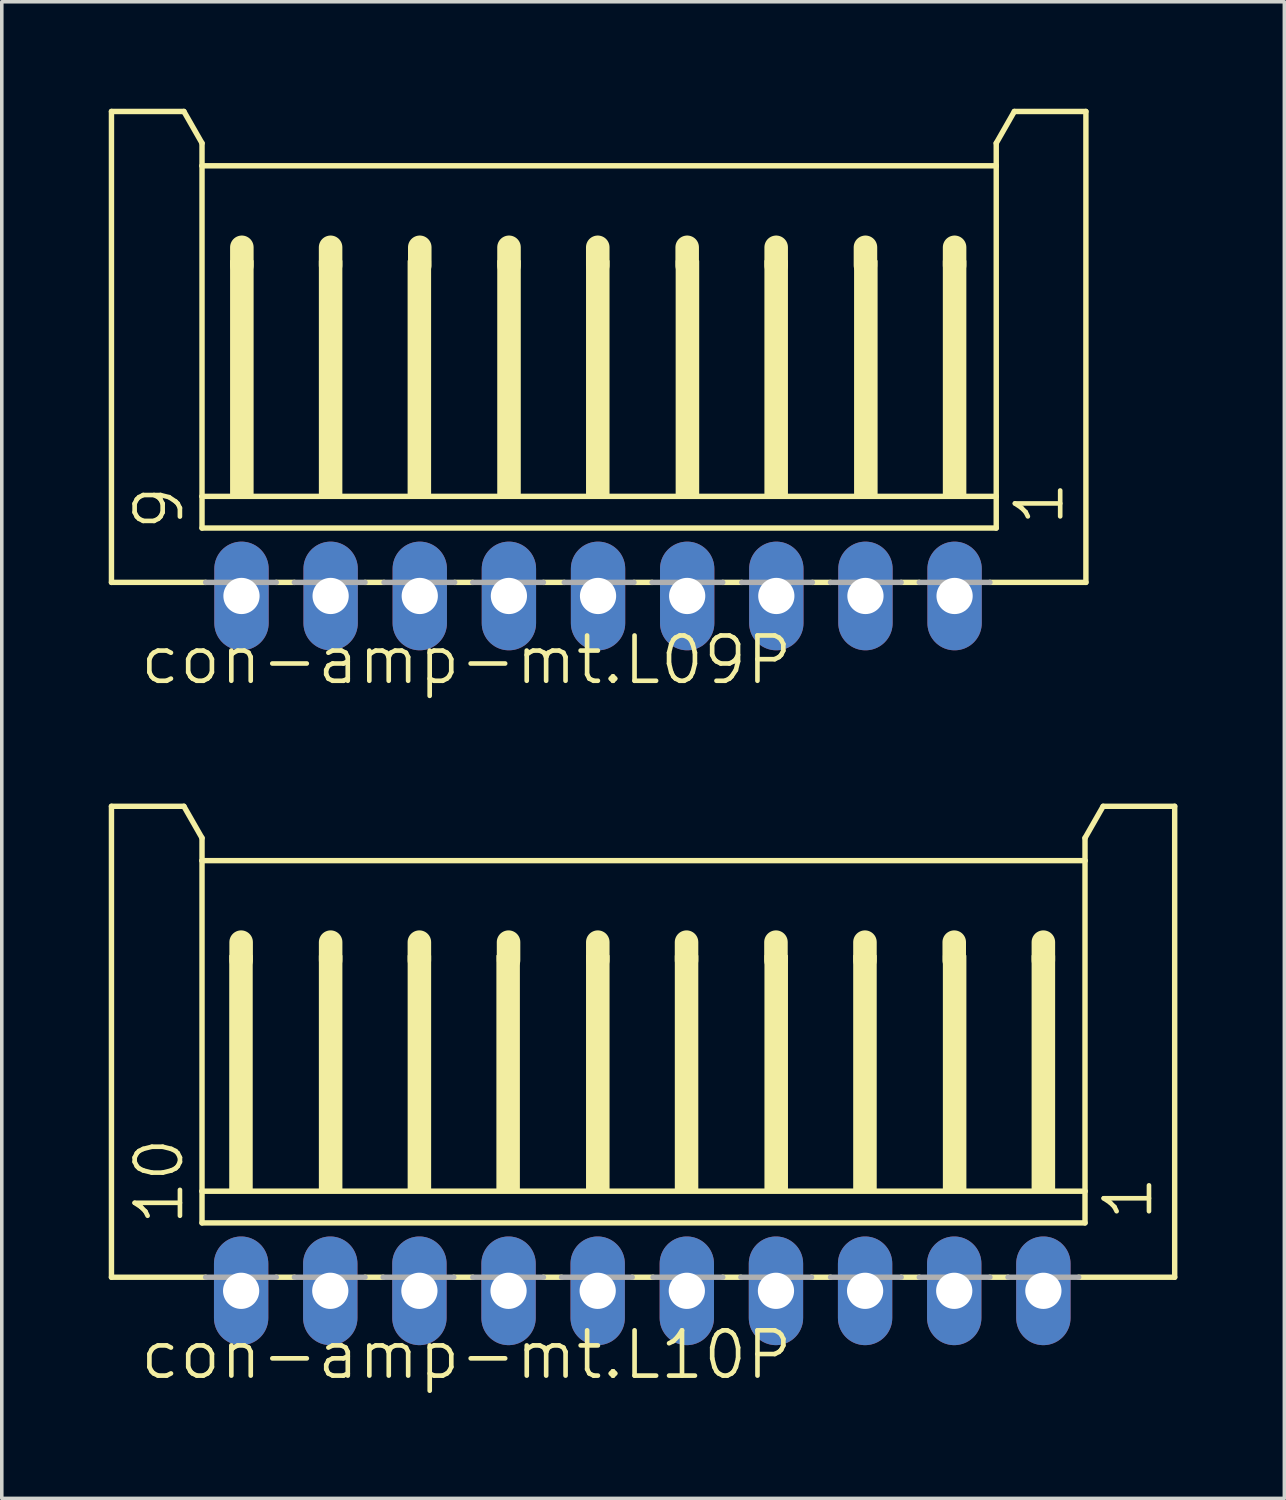
<source format=kicad_pcb>
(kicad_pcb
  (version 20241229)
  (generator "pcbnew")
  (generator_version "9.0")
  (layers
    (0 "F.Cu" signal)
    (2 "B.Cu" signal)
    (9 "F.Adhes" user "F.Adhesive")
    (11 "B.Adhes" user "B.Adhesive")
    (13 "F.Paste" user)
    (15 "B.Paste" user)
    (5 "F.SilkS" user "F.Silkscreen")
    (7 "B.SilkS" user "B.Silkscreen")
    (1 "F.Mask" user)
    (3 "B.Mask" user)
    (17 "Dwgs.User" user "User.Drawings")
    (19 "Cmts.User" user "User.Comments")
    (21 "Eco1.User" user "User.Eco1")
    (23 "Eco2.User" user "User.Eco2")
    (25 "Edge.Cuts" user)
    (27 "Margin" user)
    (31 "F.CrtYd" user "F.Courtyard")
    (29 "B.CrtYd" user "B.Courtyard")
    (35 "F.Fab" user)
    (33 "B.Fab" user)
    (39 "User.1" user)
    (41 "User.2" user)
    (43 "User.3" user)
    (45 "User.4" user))
  (footprint "con-amp-mt.L09P"
    (layer "F.Cu")
    (at 13.723 7.415)
    (property "Reference" "con-amp-mt.L09P" (at -12.911 8.79 0) (layer "F.SilkS") (effects (font (size 1.27 1.27) (thickness 0.13)) (justify left bottom)))
    (attr through_hole)
    (fp_line (start -13.647 -7.339) (end -11.615 -7.339) (stroke (width 0.152) (type default)) (layer "F.SilkS"))
    (fp_line (start -13.647 5.869) (end -13.647 -7.339) (stroke (width 0.152) (type default)) (layer "F.SilkS"))
    (fp_line (start -11.615 -7.339) (end -11.107 -6.45) (stroke (width 0.152) (type default)) (layer "F.SilkS"))
    (fp_line (start -11.107 -6.45) (end -11.107 -5.815) (stroke (width 0.152) (type default)) (layer "F.SilkS"))
    (fp_line (start -11.107 -5.815) (end -11.107 3.456) (stroke (width 0.152) (type default)) (layer "F.SilkS"))
    (fp_line (start -11.107 3.456) (end -11.107 4.345) (stroke (width 0.152) (type default)) (layer "F.SilkS"))
    (fp_line (start -11.006 5.869) (end -13.647 5.869) (stroke (width 0.152) (type default)) (layer "F.SilkS"))
    (fp_line (start -9.99 -3.529) (end -9.99 -3.021) (stroke (width 0.66) (type default)) (layer "F.SilkS"))
    (fp_line (start -8.517 5.869) (end -9.025 5.869) (stroke (width 0.152) (type default)) (layer "F.SilkS"))
    (fp_line (start -7.501 -3.529) (end -7.501 -3.021) (stroke (width 0.66) (type default)) (layer "F.SilkS"))
    (fp_line (start -6.002 5.869) (end -6.535 5.869) (stroke (width 0.152) (type default)) (layer "F.SilkS"))
    (fp_line (start -5 -3.529) (end -5 -3.021) (stroke (width 0.66) (type default)) (layer "F.SilkS"))
    (fp_line (start -3.513 5.869) (end -4.021 5.869) (stroke (width 0.152) (type default)) (layer "F.SilkS"))
    (fp_line (start -2.497 -3.529) (end -2.497 -3.021) (stroke (width 0.66) (type default)) (layer "F.SilkS"))
    (fp_line (start -0.947 5.869) (end -1.532 5.869) (stroke (width 0.152) (type default)) (layer "F.SilkS"))
    (fp_line (start -0.008 -3.529) (end -0.008 -3.021) (stroke (width 0.66) (type default)) (layer "F.SilkS"))
    (fp_line (start 1.516 5.869) (end 1.008 5.869) (stroke (width 0.152) (type default)) (layer "F.SilkS"))
    (fp_line (start 2.5 -3.529) (end 2.5 -3.021) (stroke (width 0.66) (type default)) (layer "F.SilkS"))
    (fp_line (start 4.031 5.869) (end 3.498 5.869) (stroke (width 0.152) (type default)) (layer "F.SilkS"))
    (fp_line (start 4.996 -3.529) (end 4.996 -3.021) (stroke (width 0.66) (type default)) (layer "F.SilkS"))
    (fp_line (start 6.52 5.869) (end 6.012 5.869) (stroke (width 0.152) (type default)) (layer "F.SilkS"))
    (fp_line (start 7.5 -3.529) (end 7.5 -3.021) (stroke (width 0.66) (type default)) (layer "F.SilkS"))
    (fp_line (start 9.009 5.869) (end 8.501 5.869) (stroke (width 0.152) (type default)) (layer "F.SilkS"))
    (fp_line (start 10 -3.529) (end 10 -3.021) (stroke (width 0.66) (type default)) (layer "F.SilkS"))
    (fp_line (start 11.168 -6.45) (end 11.168 -5.815) (stroke (width 0.152) (type default)) (layer "F.SilkS"))
    (fp_line (start 11.168 -6.45) (end 11.676 -7.339) (stroke (width 0.152) (type default)) (layer "F.SilkS"))
    (fp_line (start 11.168 -5.815) (end -11.107 -5.815) (stroke (width 0.152) (type default)) (layer "F.SilkS"))
    (fp_line (start 11.168 -5.815) (end 11.168 3.456) (stroke (width 0.152) (type default)) (layer "F.SilkS"))
    (fp_line (start 11.168 3.456) (end -11.107 3.456) (stroke (width 0.152) (type default)) (layer "F.SilkS"))
    (fp_line (start 11.168 3.456) (end 11.168 4.345) (stroke (width 0.152) (type default)) (layer "F.SilkS"))
    (fp_line (start 11.168 4.345) (end -11.107 4.345) (stroke (width 0.152) (type default)) (layer "F.SilkS"))
    (fp_line (start 13.683 -7.339) (end 11.676 -7.339) (stroke (width 0.152) (type default)) (layer "F.SilkS"))
    (fp_line (start 13.683 5.869) (end 10.991 5.869) (stroke (width 0.152) (type default)) (layer "F.SilkS"))
    (fp_line (start 13.683 5.869) (end 13.683 -7.339) (stroke (width 0.152) (type default)) (layer "F.SilkS"))
    (fp_rect (start -10.295 3.456) (end -9.685 -3.148) (stroke (width 0.05) (type default)) (fill yes) (layer "F.SilkS"))
    (fp_rect (start -7.805 3.456) (end -7.196 -3.148) (stroke (width 0.05) (type default)) (fill yes) (layer "F.SilkS"))
    (fp_rect (start -5.316 3.456) (end -4.707 -3.148) (stroke (width 0.05) (type default)) (fill yes) (layer "F.SilkS"))
    (fp_rect (start -2.802 3.456) (end -2.192 -3.148) (stroke (width 0.05) (type default)) (fill yes) (layer "F.SilkS"))
    (fp_rect (start -0.312 3.456) (end 0.297 -3.148) (stroke (width 0.05) (type default)) (fill yes) (layer "F.SilkS"))
    (fp_rect (start 2.202 3.456) (end 2.812 -3.148) (stroke (width 0.05) (type default)) (fill yes) (layer "F.SilkS"))
    (fp_rect (start 4.691 3.456) (end 5.301 -3.148) (stroke (width 0.05) (type default)) (fill yes) (layer "F.SilkS"))
    (fp_rect (start 7.206 3.456) (end 7.816 -3.148) (stroke (width 0.05) (type default)) (fill yes) (layer "F.SilkS"))
    (fp_rect (start 9.695 3.456) (end 10.305 -3.148) (stroke (width 0.05) (type default)) (fill yes) (layer "F.SilkS"))
    (fp_line (start -11.006 5.869) (end -9.025 5.869) (stroke (width 0.152) (type default)) (layer "F.Fab"))
    (fp_line (start -8.517 5.869) (end -6.535 5.869) (stroke (width 0.152) (type default)) (layer "F.Fab"))
    (fp_line (start -6.002 5.869) (end -4.021 5.869) (stroke (width 0.152) (type default)) (layer "F.Fab"))
    (fp_line (start -3.513 5.869) (end -1.532 5.869) (stroke (width 0.152) (type default)) (layer "F.Fab"))
    (fp_line (start -0.947 5.869) (end 1.008 5.869) (stroke (width 0.152) (type default)) (layer "F.Fab"))
    (fp_line (start 1.516 5.869) (end 3.498 5.869) (stroke (width 0.152) (type default)) (layer "F.Fab"))
    (fp_line (start 4.031 5.869) (end 6.012 5.869) (stroke (width 0.152) (type default)) (layer "F.Fab"))
    (fp_line (start 6.52 5.869) (end 8.501 5.869) (stroke (width 0.152) (type default)) (layer "F.Fab"))
    (fp_line (start 9.009 5.869) (end 10.991 5.869) (stroke (width 0.152) (type default)) (layer "F.Fab"))
    (fp_rect (start -10.295 6.504) (end -9.685 5.869) (stroke (width 0.05) (type default)) (fill no) (layer "F.Fab"))
    (fp_rect (start -7.805 6.504) (end -7.196 5.869) (stroke (width 0.05) (type default)) (fill no) (layer "F.Fab"))
    (fp_rect (start -5.316 6.504) (end -4.707 5.869) (stroke (width 0.05) (type default)) (fill no) (layer "F.Fab"))
    (fp_rect (start -2.802 6.504) (end -2.192 5.869) (stroke (width 0.05) (type default)) (fill no) (layer "F.Fab"))
    (fp_rect (start -0.312 6.504) (end 0.297 5.869) (stroke (width 0.05) (type default)) (fill no) (layer "F.Fab"))
    (fp_rect (start 2.202 6.504) (end 2.812 5.869) (stroke (width 0.05) (type default)) (fill no) (layer "F.Fab"))
    (fp_rect (start 4.691 6.504) (end 5.301 5.869) (stroke (width 0.05) (type default)) (fill no) (layer "F.Fab"))
    (fp_rect (start 7.206 6.504) (end 7.816 5.869) (stroke (width 0.05) (type default)) (fill no) (layer "F.Fab"))
    (fp_rect (start 9.695 6.504) (end 10.305 5.869) (stroke (width 0.05) (type default)) (fill no) (layer "F.Fab"))
    (fp_text user "9" (at -11.565 4.472 90) (layer "F.SilkS") (effects (font (size 1.27 1.27) (thickness 0.13)) (justify left bottom)))
    (fp_text user "1" (at 13.124 4.345 90) (layer "F.SilkS") (effects (font (size 1.27 1.27) (thickness 0.13)) (justify left bottom)))
    (pad "1" thru_hole oval (at 10 6.25 90) (size 3.048 1.524) (drill 1.016) (layers "*.Cu" "*.Mask"))
    (pad "2" thru_hole oval (at 7.5 6.25 90) (size 3.048 1.524) (drill 1.016) (layers "*.Cu" "*.Mask"))
    (pad "3" thru_hole oval (at 5 6.25 90) (size 3.048 1.524) (drill 1.016) (layers "*.Cu" "*.Mask"))
    (pad "4" thru_hole oval (at 2.5 6.25 90) (size 3.048 1.524) (drill 1.016) (layers "*.Cu" "*.Mask"))
    (pad "5" thru_hole oval (at 0 6.25 90) (size 3.048 1.524) (drill 1.016) (layers "*.Cu" "*.Mask"))
    (pad "6" thru_hole oval (at -2.5 6.25 90) (size 3.048 1.524) (drill 1.016) (layers "*.Cu" "*.Mask"))
    (pad "7" thru_hole oval (at -5 6.25 90) (size 3.048 1.524) (drill 1.016) (layers "*.Cu" "*.Mask"))
    (pad "8" thru_hole oval (at -7.5 6.25 90) (size 3.048 1.524) (drill 1.016) (layers "*.Cu" "*.Mask"))
    (pad "9" thru_hole oval (at -10 6.25 90) (size 3.048 1.524) (drill 1.016) (layers "*.Cu" "*.Mask")))
  (footprint "con-amp-mt.L10P"
    (layer "F.Cu")
    (at 14.963 26.903)
    (property "Reference" "con-amp-mt.L10P" (at -14.15 8.79 0) (layer "F.SilkS") (effects (font (size 1.27 1.27) (thickness 0.13)) (justify left bottom)))
    (attr through_hole)
    (fp_line (start -14.887 -7.339) (end -12.855 -7.339) (stroke (width 0.152) (type default)) (layer "F.SilkS"))
    (fp_line (start -14.887 5.869) (end -14.887 -7.339) (stroke (width 0.152) (type default)) (layer "F.SilkS"))
    (fp_line (start -12.855 -7.339) (end -12.347 -6.45) (stroke (width 0.152) (type default)) (layer "F.SilkS"))
    (fp_line (start -12.347 -6.45) (end -12.347 -5.815) (stroke (width 0.152) (type default)) (layer "F.SilkS"))
    (fp_line (start -12.347 -5.815) (end -12.347 3.456) (stroke (width 0.152) (type default)) (layer "F.SilkS"))
    (fp_line (start -12.347 3.456) (end -12.347 4.345) (stroke (width 0.152) (type default)) (layer "F.SilkS"))
    (fp_line (start -12.245 5.869) (end -14.887 5.869) (stroke (width 0.152) (type default)) (layer "F.SilkS"))
    (fp_line (start -11.25 -3.529) (end -11.25 -3.021) (stroke (width 0.66) (type default)) (layer "F.SilkS"))
    (fp_line (start -9.756 5.869) (end -10.264 5.869) (stroke (width 0.152) (type default)) (layer "F.SilkS"))
    (fp_line (start -8.74 -3.529) (end -8.74 -3.021) (stroke (width 0.66) (type default)) (layer "F.SilkS"))
    (fp_line (start -7.267 5.869) (end -7.775 5.869) (stroke (width 0.152) (type default)) (layer "F.SilkS"))
    (fp_line (start -6.251 -3.529) (end -6.251 -3.021) (stroke (width 0.66) (type default)) (layer "F.SilkS"))
    (fp_line (start -4.752 5.869) (end -5.285 5.869) (stroke (width 0.152) (type default)) (layer "F.SilkS"))
    (fp_line (start -3.75 -3.529) (end -3.75 -3.021) (stroke (width 0.66) (type default)) (layer "F.SilkS"))
    (fp_line (start -2.263 5.869) (end -2.771 5.869) (stroke (width 0.152) (type default)) (layer "F.SilkS"))
    (fp_line (start -1.247 -3.529) (end -1.247 -3.021) (stroke (width 0.66) (type default)) (layer "F.SilkS"))
    (fp_line (start 0.303 5.869) (end -0.282 5.869) (stroke (width 0.152) (type default)) (layer "F.SilkS"))
    (fp_line (start 1.242 -3.529) (end 1.242 -3.021) (stroke (width 0.66) (type default)) (layer "F.SilkS"))
    (fp_line (start 2.766 5.869) (end 2.258 5.869) (stroke (width 0.152) (type default)) (layer "F.SilkS"))
    (fp_line (start 3.75 -3.529) (end 3.75 -3.021) (stroke (width 0.66) (type default)) (layer "F.SilkS"))
    (fp_line (start 5.281 5.869) (end 4.748 5.869) (stroke (width 0.152) (type default)) (layer "F.SilkS"))
    (fp_line (start 6.246 -3.529) (end 6.246 -3.021) (stroke (width 0.66) (type default)) (layer "F.SilkS"))
    (fp_line (start 7.77 5.869) (end 7.262 5.869) (stroke (width 0.152) (type default)) (layer "F.SilkS"))
    (fp_line (start 8.75 -3.529) (end 8.75 -3.021) (stroke (width 0.66) (type default)) (layer "F.SilkS"))
    (fp_line (start 10.259 5.869) (end 9.751 5.869) (stroke (width 0.152) (type default)) (layer "F.SilkS"))
    (fp_line (start 11.25 -3.529) (end 11.25 -3.021) (stroke (width 0.66) (type default)) (layer "F.SilkS"))
    (fp_line (start 12.418 -6.45) (end 12.418 -5.815) (stroke (width 0.152) (type default)) (layer "F.SilkS"))
    (fp_line (start 12.418 -6.45) (end 12.926 -7.339) (stroke (width 0.152) (type default)) (layer "F.SilkS"))
    (fp_line (start 12.418 -5.815) (end -12.347 -5.815) (stroke (width 0.152) (type default)) (layer "F.SilkS"))
    (fp_line (start 12.418 -5.815) (end 12.418 3.456) (stroke (width 0.152) (type default)) (layer "F.SilkS"))
    (fp_line (start 12.418 3.456) (end -12.347 3.456) (stroke (width 0.152) (type default)) (layer "F.SilkS"))
    (fp_line (start 12.418 3.456) (end 12.418 4.345) (stroke (width 0.152) (type default)) (layer "F.SilkS"))
    (fp_line (start 12.418 4.345) (end -12.347 4.345) (stroke (width 0.152) (type default)) (layer "F.SilkS"))
    (fp_line (start 14.933 -7.339) (end 12.926 -7.339) (stroke (width 0.152) (type default)) (layer "F.SilkS"))
    (fp_line (start 14.933 5.869) (end 12.241 5.869) (stroke (width 0.152) (type default)) (layer "F.SilkS"))
    (fp_line (start 14.933 5.869) (end 14.933 -7.339) (stroke (width 0.152) (type default)) (layer "F.SilkS"))
    (fp_rect (start -11.559 3.456) (end -10.95 -3.148) (stroke (width 0.05) (type default)) (fill yes) (layer "F.SilkS"))
    (fp_rect (start -9.045 3.456) (end -8.435 -3.148) (stroke (width 0.05) (type default)) (fill yes) (layer "F.SilkS"))
    (fp_rect (start -6.555 3.456) (end -5.946 -3.148) (stroke (width 0.05) (type default)) (fill yes) (layer "F.SilkS"))
    (fp_rect (start -4.066 3.456) (end -3.457 -3.148) (stroke (width 0.05) (type default)) (fill yes) (layer "F.SilkS"))
    (fp_rect (start -1.552 3.456) (end -0.942 -3.148) (stroke (width 0.05) (type default)) (fill yes) (layer "F.SilkS"))
    (fp_rect (start 0.938 3.456) (end 1.547 -3.148) (stroke (width 0.05) (type default)) (fill yes) (layer "F.SilkS"))
    (fp_rect (start 3.452 3.456) (end 4.062 -3.148) (stroke (width 0.05) (type default)) (fill yes) (layer "F.SilkS"))
    (fp_rect (start 5.941 3.456) (end 6.551 -3.148) (stroke (width 0.05) (type default)) (fill yes) (layer "F.SilkS"))
    (fp_rect (start 8.456 3.456) (end 9.066 -3.148) (stroke (width 0.05) (type default)) (fill yes) (layer "F.SilkS"))
    (fp_rect (start 10.945 3.456) (end 11.555 -3.148) (stroke (width 0.05) (type default)) (fill yes) (layer "F.SilkS"))
    (fp_line (start -12.245 5.869) (end -10.264 5.869) (stroke (width 0.152) (type default)) (layer "F.Fab"))
    (fp_line (start -9.756 5.869) (end -7.775 5.869) (stroke (width 0.152) (type default)) (layer "F.Fab"))
    (fp_line (start -7.267 5.869) (end -5.285 5.869) (stroke (width 0.152) (type default)) (layer "F.Fab"))
    (fp_line (start -4.752 5.869) (end -2.771 5.869) (stroke (width 0.152) (type default)) (layer "F.Fab"))
    (fp_line (start -2.263 5.869) (end -0.282 5.869) (stroke (width 0.152) (type default)) (layer "F.Fab"))
    (fp_line (start 0.303 5.869) (end 2.258 5.869) (stroke (width 0.152) (type default)) (layer "F.Fab"))
    (fp_line (start 2.766 5.869) (end 4.748 5.869) (stroke (width 0.152) (type default)) (layer "F.Fab"))
    (fp_line (start 5.281 5.869) (end 7.262 5.869) (stroke (width 0.152) (type default)) (layer "F.Fab"))
    (fp_line (start 7.77 5.869) (end 9.751 5.869) (stroke (width 0.152) (type default)) (layer "F.Fab"))
    (fp_line (start 10.259 5.869) (end 12.241 5.869) (stroke (width 0.152) (type default)) (layer "F.Fab"))
    (fp_rect (start -11.559 6.504) (end -10.95 5.869) (stroke (width 0.05) (type default)) (fill no) (layer "F.Fab"))
    (fp_rect (start -9.045 6.504) (end -8.435 5.869) (stroke (width 0.05) (type default)) (fill no) (layer "F.Fab"))
    (fp_rect (start -6.555 6.504) (end -5.946 5.869) (stroke (width 0.05) (type default)) (fill no) (layer "F.Fab"))
    (fp_rect (start -4.066 6.504) (end -3.457 5.869) (stroke (width 0.05) (type default)) (fill no) (layer "F.Fab"))
    (fp_rect (start -1.552 6.504) (end -0.942 5.869) (stroke (width 0.05) (type default)) (fill no) (layer "F.Fab"))
    (fp_rect (start 0.938 6.504) (end 1.547 5.869) (stroke (width 0.05) (type default)) (fill no) (layer "F.Fab"))
    (fp_rect (start 3.452 6.504) (end 4.062 5.869) (stroke (width 0.05) (type default)) (fill no) (layer "F.Fab"))
    (fp_rect (start 5.941 6.504) (end 6.551 5.869) (stroke (width 0.05) (type default)) (fill no) (layer "F.Fab"))
    (fp_rect (start 8.456 6.504) (end 9.066 5.869) (stroke (width 0.05) (type default)) (fill no) (layer "F.Fab"))
    (fp_rect (start 10.945 6.504) (end 11.555 5.869) (stroke (width 0.05) (type default)) (fill no) (layer "F.Fab"))
    (fp_text user "1" (at 14.374 4.345 90) (layer "F.SilkS") (effects (font (size 1.27 1.27) (thickness 0.13)) (justify left bottom)))
    (fp_text user "10" (at -12.804 4.472 90) (layer "F.SilkS") (effects (font (size 1.27 1.27) (thickness 0.13)) (justify left bottom)))
    (pad "1" thru_hole oval (at 11.25 6.25 90) (size 3.048 1.524) (drill 1.016) (layers "*.Cu" "*.Mask"))
    (pad "2" thru_hole oval (at 8.75 6.25 90) (size 3.048 1.524) (drill 1.016) (layers "*.Cu" "*.Mask"))
    (pad "3" thru_hole oval (at 6.25 6.25 90) (size 3.048 1.524) (drill 1.016) (layers "*.Cu" "*.Mask"))
    (pad "4" thru_hole oval (at 3.75 6.25 90) (size 3.048 1.524) (drill 1.016) (layers "*.Cu" "*.Mask"))
    (pad "5" thru_hole oval (at 1.25 6.25 90) (size 3.048 1.524) (drill 1.016) (layers "*.Cu" "*.Mask"))
    (pad "6" thru_hole oval (at -1.25 6.25 90) (size 3.048 1.524) (drill 1.016) (layers "*.Cu" "*.Mask"))
    (pad "7" thru_hole oval (at -3.75 6.25 90) (size 3.048 1.524) (drill 1.016) (layers "*.Cu" "*.Mask"))
    (pad "8" thru_hole oval (at -6.25 6.25 90) (size 3.048 1.524) (drill 1.016) (layers "*.Cu" "*.Mask"))
    (pad "9" thru_hole oval (at -8.75 6.25 90) (size 3.048 1.524) (drill 1.016) (layers "*.Cu" "*.Mask"))
    (pad "10" thru_hole oval (at -11.25 6.25 90) (size 3.048 1.524) (drill 1.016) (layers "*.Cu" "*.Mask")))
  (gr_rect
    (start -3 -3)
    (end 32.972 38.975)
    (stroke (width 0.1) (type default))
    (fill no)
    (layer "Edge.Cuts")))
</source>
